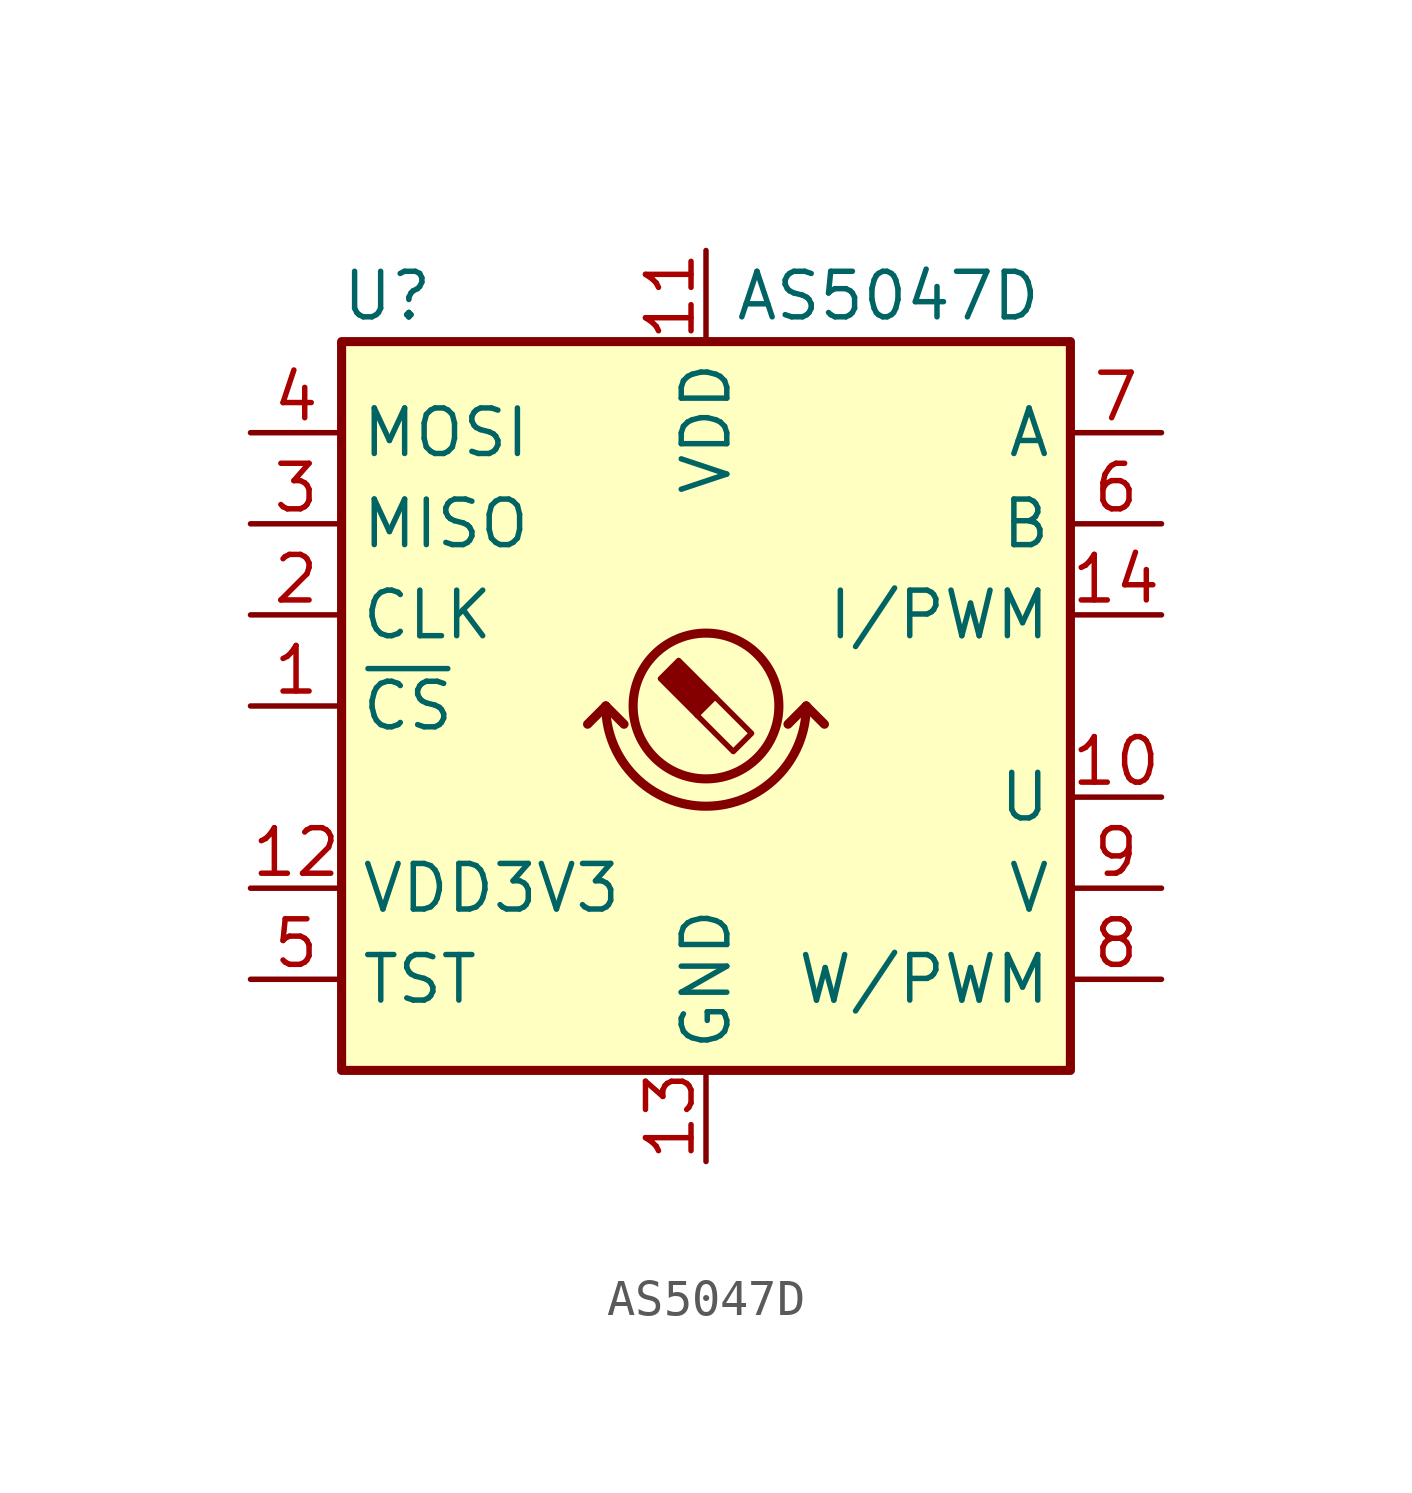
<source format=kicad_sym>
(kicad_symbol_lib
  (version 20201005)
  (generator kicad_symbol_editor)
  (symbol "AS5047D"
    (property "Reference" "U"
      (at -8.89 11.43 0)
      (effects (font (size 1.27 1.27))))
    (property "Value" "AS5047D"
      (at 5.08 11.43 0)
      (effects (font (size 1.27 1.27))))
    (symbol "AS5047D_1_1"
      (arc (start -2.794 0) (end 2.794 0) (radius (at 0 0) (length 2.794) (angles -179.9 -0.1)) (stroke (width 0.254)) (fill (type none)))
      (circle (center 0 0) (radius 2.032) (stroke (width 0.254)) (fill (type none)))
      (rectangle (start -10.16 10.16) (end 10.16 -10.16) (stroke (width 0.254)) (fill (type background)))
      (polyline (pts (xy -2.794 0) (xy -3.302 -0.508)) (stroke (width 0.254)) (fill (type none)))
      (polyline (pts (xy -2.794 0) (xy -2.286 -0.508)) (stroke (width 0.254)) (fill (type none)))
      (polyline (pts (xy 2.794 0) (xy 2.286 -0.508)) (stroke (width 0.254)) (fill (type none)))
      (polyline (pts (xy 2.794 0) (xy 3.302 -0.508)) (stroke (width 0.254)) (fill (type none)))
      (polyline (pts (xy 0.254 0.254) (xy 1.27 -0.762) (xy 0.762 -1.27) (xy -0.254 -0.254)) (stroke (width 0)) (fill (type none)))
      (polyline (pts (xy -0.762 1.27) (xy 0.254 0.254) (xy -0.254 -0.254) (xy -1.27 0.762) (xy -1.016 1.016) (xy -0.762 1.27) (xy -0.635 1.143)) (stroke (width 0)) (fill (type outline)))
      (pin input line (at -12.7 0 0) (length 2.54) (name "~CS" (effects (font (size 1.27 1.27)))) (number "1" (effects (font (size 1.27 1.27)))))
      (pin output line (at 12.7 -2.54 180) (length 2.54) (name "U" (effects (font (size 1.27 1.27)))) (number "10" (effects (font (size 1.27 1.27)))))
      (pin power_in line (at 0 12.7 270) (length 2.54) (name "VDD" (effects (font (size 1.27 1.27)))) (number "11" (effects (font (size 1.27 1.27)))))
      (pin power_out line (at -12.7 -5.08 0) (length 2.54) (name "VDD3V3" (effects (font (size 1.27 1.27)))) (number "12" (effects (font (size 1.27 1.27)))))
      (pin power_in line (at 0 -12.7 90) (length 2.54) (name "GND" (effects (font (size 1.27 1.27)))) (number "13" (effects (font (size 1.27 1.27)))))
      (pin output line (at 12.7 2.54 180) (length 2.54) (name "I/PWM" (effects (font (size 1.27 1.27)))) (number "14" (effects (font (size 1.27 1.27)))))
      (pin input line (at -12.7 2.54 0) (length 2.54) (name "CLK" (effects (font (size 1.27 1.27)))) (number "2" (effects (font (size 1.27 1.27)))))
      (pin output line (at -12.7 5.08 0) (length 2.54) (name "MISO" (effects (font (size 1.27 1.27)))) (number "3" (effects (font (size 1.27 1.27)))))
      (pin input line (at -12.7 7.62 0) (length 2.54) (name "MOSI" (effects (font (size 1.27 1.27)))) (number "4" (effects (font (size 1.27 1.27)))))
      (pin input line (at -12.7 -7.62 0) (length 2.54) (name "TST" (effects (font (size 1.27 1.27)))) (number "5" (effects (font (size 1.27 1.27)))))
      (pin output line (at 12.7 5.08 180) (length 2.54) (name "B" (effects (font (size 1.27 1.27)))) (number "6" (effects (font (size 1.27 1.27)))))
      (pin output line (at 12.7 7.62 180) (length 2.54) (name "A" (effects (font (size 1.27 1.27)))) (number "7" (effects (font (size 1.27 1.27)))))
      (pin output line (at 12.7 -7.62 180) (length 2.54) (name "W/PWM" (effects (font (size 1.27 1.27)))) (number "8" (effects (font (size 1.27 1.27)))))
      (pin output line (at 12.7 -5.08 180) (length 2.54) (name "V" (effects (font (size 1.27 1.27)))) (number "9" (effects (font (size 1.27 1.27))))))))
</source>
